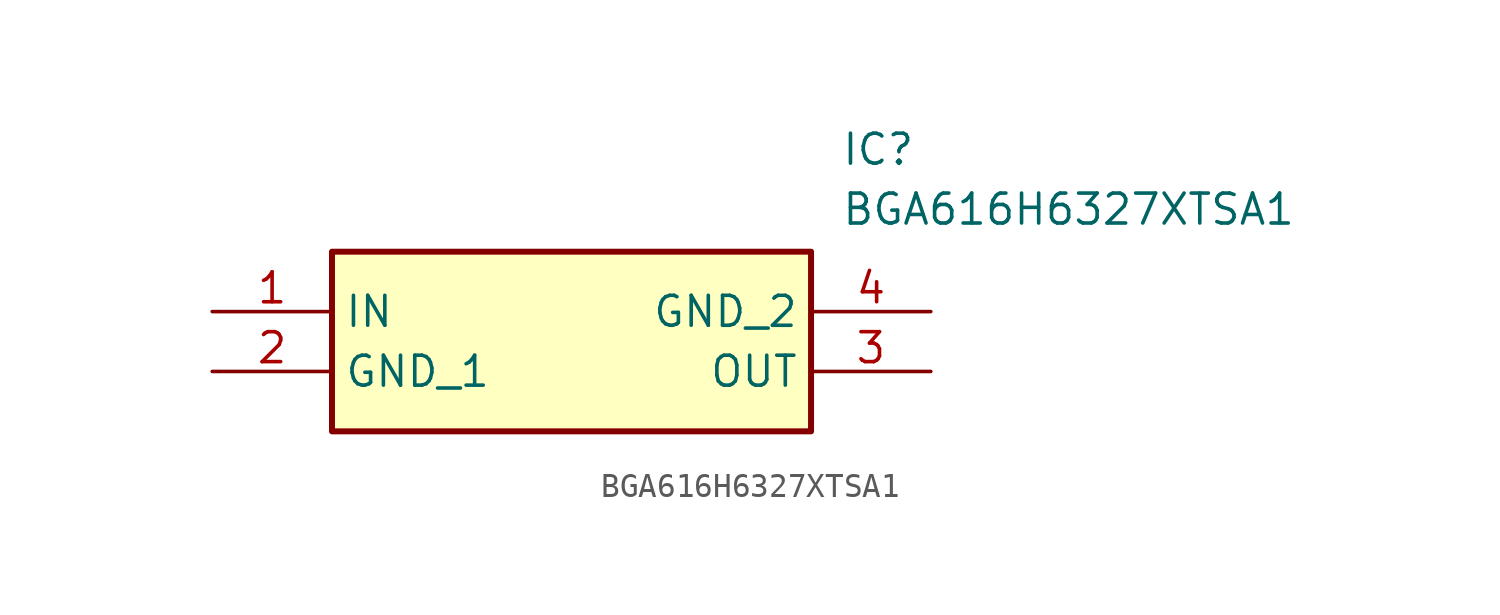
<source format=kicad_sym>
(kicad_symbol_lib
  (version 20211014)
  (generator SamacSys_ECAD_Model)
  (symbol "BGA616H6327XTSA1"
    (property "Reference" "IC"
      (at 26.67 7.62 0)
      (effects (font (size 1.27 1.27)) (justify left top)))
    (property "Value" "BGA616H6327XTSA1"
      (at 26.67 5.08 0)
      (effects (font (size 1.27 1.27)) (justify left top)))
    (rectangle
      (start 5.08 2.54)
      (end 25.4 -5.08)
      (stroke (width 0.254) (type default))
      (fill (type background)))
    (pin passive line
      (at 0 0 0)
      (length 5.08)
      (name "IN" (effects (font (size 1.27 1.27))))
      (number "1" (effects (font (size 1.27 1.27)))))
    (pin passive line
      (at 0 -2.54 0)
      (length 5.08)
      (name "GND_1" (effects (font (size 1.27 1.27))))
      (number "2" (effects (font (size 1.27 1.27)))))
    (pin passive line
      (at 30.48 -2.54 180)
      (length 5.08)
      (name "OUT" (effects (font (size 1.27 1.27))))
      (number "3" (effects (font (size 1.27 1.27)))))
    (pin passive line
      (at 30.48 0 180)
      (length 5.08)
      (name "GND_2" (effects (font (size 1.27 1.27))))
      (number "4" (effects (font (size 1.27 1.27)))))))
</source>
